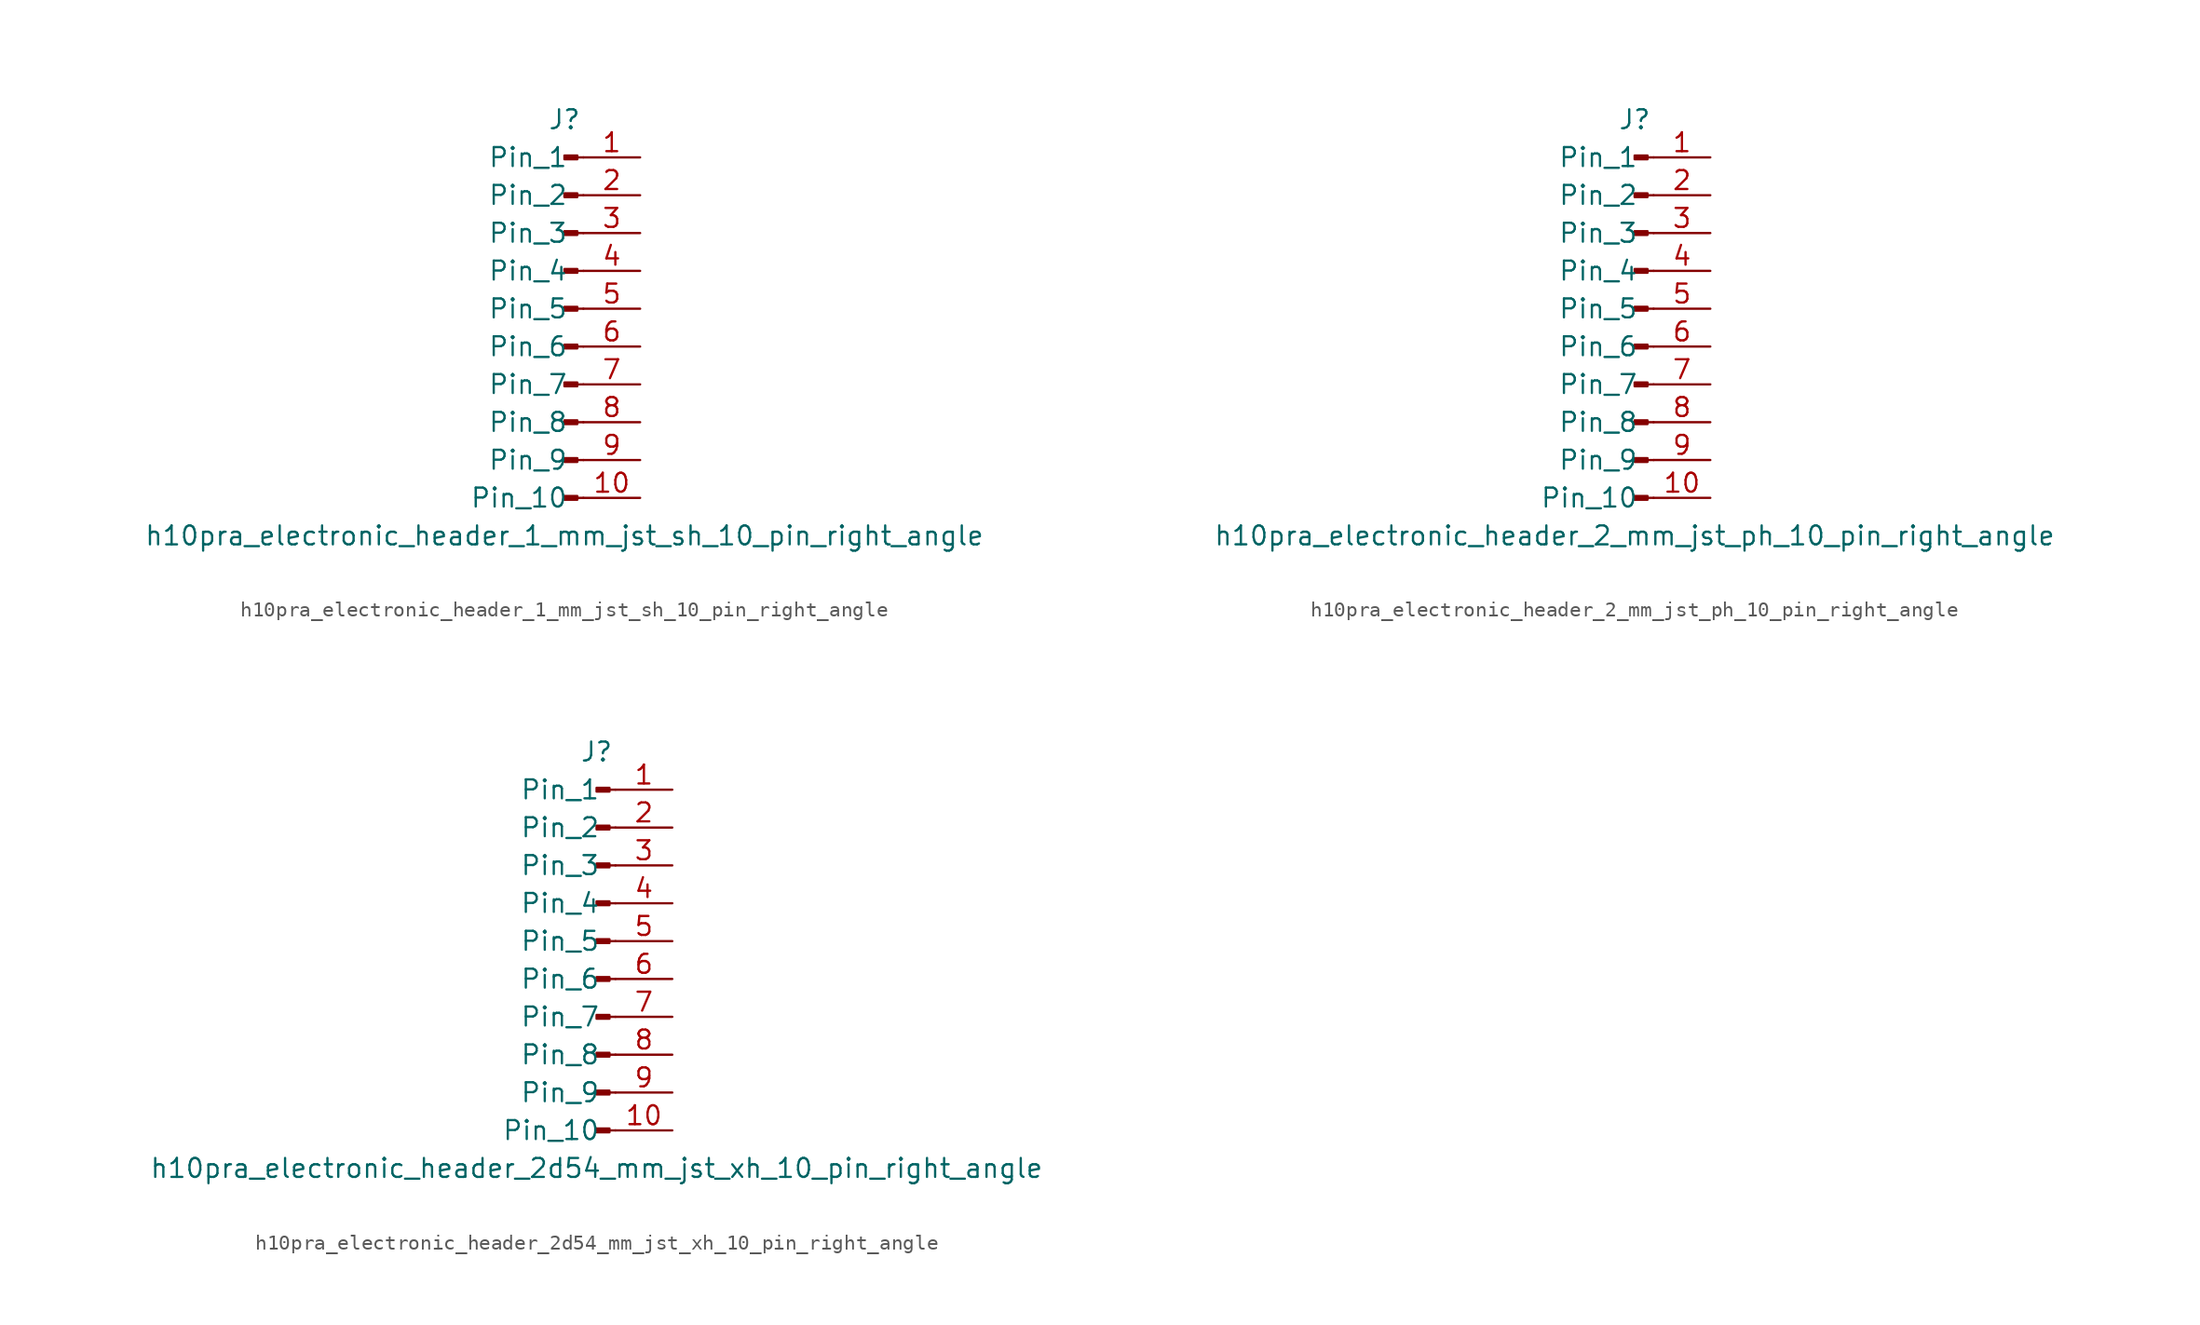
<source format=kicad_sym>
(kicad_symbol_lib
  (version 20220914)
  (generator kicad_symbol_editor)
  (symbol "h10pra_electronic_header_1_mm_jst_sh_10_pin_right_angle"
    (pin_names
      (offset 1.016))
    (property "Reference" "J"
      (at 0 12.7 0)
      (effects (font (size 1.27 1.27))))
    (property "Value" "h10pra_electronic_header_1_mm_jst_sh_10_pin_right_angle"
      (at 0 -15.24 0)
      (effects (font (size 1.27 1.27))))
    (property "ki_locked" ""
      (at 0 0 0)
      (effects (font (size 1.27 1.27))))
    (symbol "h10pra_electronic_header_1_mm_jst_sh_10_pin_right_angle_1_1"
      (polyline (pts (xy 1.27 -12.7) (xy 0.864 -12.7)) (stroke (width 0.152) (type default)) (fill (type none)))
      (polyline (pts (xy 1.27 -10.16) (xy 0.864 -10.16)) (stroke (width 0.152) (type default)) (fill (type none)))
      (polyline (pts (xy 1.27 -7.62) (xy 0.864 -7.62)) (stroke (width 0.152) (type default)) (fill (type none)))
      (polyline (pts (xy 1.27 -5.08) (xy 0.864 -5.08)) (stroke (width 0.152) (type default)) (fill (type none)))
      (polyline (pts (xy 1.27 -2.54) (xy 0.864 -2.54)) (stroke (width 0.152) (type default)) (fill (type none)))
      (polyline (pts (xy 1.27 0) (xy 0.864 0)) (stroke (width 0.152) (type default)) (fill (type none)))
      (polyline (pts (xy 1.27 2.54) (xy 0.864 2.54)) (stroke (width 0.152) (type default)) (fill (type none)))
      (polyline (pts (xy 1.27 5.08) (xy 0.864 5.08)) (stroke (width 0.152) (type default)) (fill (type none)))
      (polyline (pts (xy 1.27 7.62) (xy 0.864 7.62)) (stroke (width 0.152) (type default)) (fill (type none)))
      (polyline (pts (xy 1.27 10.16) (xy 0.864 10.16)) (stroke (width 0.152) (type default)) (fill (type none)))
      (rectangle (start 0.864 -12.573) (end 0 -12.827) (stroke (width 0.152) (type default)) (fill (type outline)))
      (rectangle (start 0.864 -10.033) (end 0 -10.287) (stroke (width 0.152) (type default)) (fill (type outline)))
      (rectangle (start 0.864 -7.493) (end 0 -7.747) (stroke (width 0.152) (type default)) (fill (type outline)))
      (rectangle (start 0.864 -4.953) (end 0 -5.207) (stroke (width 0.152) (type default)) (fill (type outline)))
      (rectangle (start 0.864 -2.413) (end 0 -2.667) (stroke (width 0.152) (type default)) (fill (type outline)))
      (rectangle (start 0.864 0.127) (end 0 -0.127) (stroke (width 0.152) (type default)) (fill (type outline)))
      (rectangle (start 0.864 2.667) (end 0 2.413) (stroke (width 0.152) (type default)) (fill (type outline)))
      (rectangle (start 0.864 5.207) (end 0 4.953) (stroke (width 0.152) (type default)) (fill (type outline)))
      (rectangle (start 0.864 7.747) (end 0 7.493) (stroke (width 0.152) (type default)) (fill (type outline)))
      (rectangle (start 0.864 10.287) (end 0 10.033) (stroke (width 0.152) (type default)) (fill (type outline)))
      (pin passive line (at 5.08 10.16 180) (length 3.81) (name "Pin_1" (effects (font (size 1.27 1.27)))) (number "1" (effects (font (size 1.27 1.27)))))
      (pin passive line (at 5.08 -12.7 180) (length 3.81) (name "Pin_10" (effects (font (size 1.27 1.27)))) (number "10" (effects (font (size 1.27 1.27)))))
      (pin passive line (at 5.08 7.62 180) (length 3.81) (name "Pin_2" (effects (font (size 1.27 1.27)))) (number "2" (effects (font (size 1.27 1.27)))))
      (pin passive line (at 5.08 5.08 180) (length 3.81) (name "Pin_3" (effects (font (size 1.27 1.27)))) (number "3" (effects (font (size 1.27 1.27)))))
      (pin passive line (at 5.08 2.54 180) (length 3.81) (name "Pin_4" (effects (font (size 1.27 1.27)))) (number "4" (effects (font (size 1.27 1.27)))))
      (pin passive line (at 5.08 0 180) (length 3.81) (name "Pin_5" (effects (font (size 1.27 1.27)))) (number "5" (effects (font (size 1.27 1.27)))))
      (pin passive line (at 5.08 -2.54 180) (length 3.81) (name "Pin_6" (effects (font (size 1.27 1.27)))) (number "6" (effects (font (size 1.27 1.27)))))
      (pin passive line (at 5.08 -5.08 180) (length 3.81) (name "Pin_7" (effects (font (size 1.27 1.27)))) (number "7" (effects (font (size 1.27 1.27)))))
      (pin passive line (at 5.08 -7.62 180) (length 3.81) (name "Pin_8" (effects (font (size 1.27 1.27)))) (number "8" (effects (font (size 1.27 1.27)))))
      (pin passive line (at 5.08 -10.16 180) (length 3.81) (name "Pin_9" (effects (font (size 1.27 1.27)))) (number "9" (effects (font (size 1.27 1.27)))))))
  (symbol "h10pra_electronic_header_2_mm_jst_ph_10_pin_right_angle"
    (pin_names
      (offset 1.016))
    (property "Reference" "J"
      (at 0 12.7 0)
      (effects (font (size 1.27 1.27))))
    (property "Value" "h10pra_electronic_header_2_mm_jst_ph_10_pin_right_angle"
      (at 0 -15.24 0)
      (effects (font (size 1.27 1.27))))
    (property "ki_locked" ""
      (at 0 0 0)
      (effects (font (size 1.27 1.27))))
    (symbol "h10pra_electronic_header_2_mm_jst_ph_10_pin_right_angle_1_1"
      (polyline (pts (xy 1.27 -12.7) (xy 0.864 -12.7)) (stroke (width 0.152) (type default)) (fill (type none)))
      (polyline (pts (xy 1.27 -10.16) (xy 0.864 -10.16)) (stroke (width 0.152) (type default)) (fill (type none)))
      (polyline (pts (xy 1.27 -7.62) (xy 0.864 -7.62)) (stroke (width 0.152) (type default)) (fill (type none)))
      (polyline (pts (xy 1.27 -5.08) (xy 0.864 -5.08)) (stroke (width 0.152) (type default)) (fill (type none)))
      (polyline (pts (xy 1.27 -2.54) (xy 0.864 -2.54)) (stroke (width 0.152) (type default)) (fill (type none)))
      (polyline (pts (xy 1.27 0) (xy 0.864 0)) (stroke (width 0.152) (type default)) (fill (type none)))
      (polyline (pts (xy 1.27 2.54) (xy 0.864 2.54)) (stroke (width 0.152) (type default)) (fill (type none)))
      (polyline (pts (xy 1.27 5.08) (xy 0.864 5.08)) (stroke (width 0.152) (type default)) (fill (type none)))
      (polyline (pts (xy 1.27 7.62) (xy 0.864 7.62)) (stroke (width 0.152) (type default)) (fill (type none)))
      (polyline (pts (xy 1.27 10.16) (xy 0.864 10.16)) (stroke (width 0.152) (type default)) (fill (type none)))
      (rectangle (start 0.864 -12.573) (end 0 -12.827) (stroke (width 0.152) (type default)) (fill (type outline)))
      (rectangle (start 0.864 -10.033) (end 0 -10.287) (stroke (width 0.152) (type default)) (fill (type outline)))
      (rectangle (start 0.864 -7.493) (end 0 -7.747) (stroke (width 0.152) (type default)) (fill (type outline)))
      (rectangle (start 0.864 -4.953) (end 0 -5.207) (stroke (width 0.152) (type default)) (fill (type outline)))
      (rectangle (start 0.864 -2.413) (end 0 -2.667) (stroke (width 0.152) (type default)) (fill (type outline)))
      (rectangle (start 0.864 0.127) (end 0 -0.127) (stroke (width 0.152) (type default)) (fill (type outline)))
      (rectangle (start 0.864 2.667) (end 0 2.413) (stroke (width 0.152) (type default)) (fill (type outline)))
      (rectangle (start 0.864 5.207) (end 0 4.953) (stroke (width 0.152) (type default)) (fill (type outline)))
      (rectangle (start 0.864 7.747) (end 0 7.493) (stroke (width 0.152) (type default)) (fill (type outline)))
      (rectangle (start 0.864 10.287) (end 0 10.033) (stroke (width 0.152) (type default)) (fill (type outline)))
      (pin passive line (at 5.08 10.16 180) (length 3.81) (name "Pin_1" (effects (font (size 1.27 1.27)))) (number "1" (effects (font (size 1.27 1.27)))))
      (pin passive line (at 5.08 -12.7 180) (length 3.81) (name "Pin_10" (effects (font (size 1.27 1.27)))) (number "10" (effects (font (size 1.27 1.27)))))
      (pin passive line (at 5.08 7.62 180) (length 3.81) (name "Pin_2" (effects (font (size 1.27 1.27)))) (number "2" (effects (font (size 1.27 1.27)))))
      (pin passive line (at 5.08 5.08 180) (length 3.81) (name "Pin_3" (effects (font (size 1.27 1.27)))) (number "3" (effects (font (size 1.27 1.27)))))
      (pin passive line (at 5.08 2.54 180) (length 3.81) (name "Pin_4" (effects (font (size 1.27 1.27)))) (number "4" (effects (font (size 1.27 1.27)))))
      (pin passive line (at 5.08 0 180) (length 3.81) (name "Pin_5" (effects (font (size 1.27 1.27)))) (number "5" (effects (font (size 1.27 1.27)))))
      (pin passive line (at 5.08 -2.54 180) (length 3.81) (name "Pin_6" (effects (font (size 1.27 1.27)))) (number "6" (effects (font (size 1.27 1.27)))))
      (pin passive line (at 5.08 -5.08 180) (length 3.81) (name "Pin_7" (effects (font (size 1.27 1.27)))) (number "7" (effects (font (size 1.27 1.27)))))
      (pin passive line (at 5.08 -7.62 180) (length 3.81) (name "Pin_8" (effects (font (size 1.27 1.27)))) (number "8" (effects (font (size 1.27 1.27)))))
      (pin passive line (at 5.08 -10.16 180) (length 3.81) (name "Pin_9" (effects (font (size 1.27 1.27)))) (number "9" (effects (font (size 1.27 1.27)))))))
  (symbol "h10pra_electronic_header_2d54_mm_jst_xh_10_pin_right_angle"
    (pin_names
      (offset 1.016))
    (property "Reference" "J"
      (at 0 12.7 0)
      (effects (font (size 1.27 1.27))))
    (property "Value" "h10pra_electronic_header_2d54_mm_jst_xh_10_pin_right_angle"
      (at 0 -15.24 0)
      (effects (font (size 1.27 1.27))))
    (property "ki_locked" ""
      (at 0 0 0)
      (effects (font (size 1.27 1.27))))
    (symbol "h10pra_electronic_header_2d54_mm_jst_xh_10_pin_right_angle_1_1"
      (polyline (pts (xy 1.27 -12.7) (xy 0.864 -12.7)) (stroke (width 0.152) (type default)) (fill (type none)))
      (polyline (pts (xy 1.27 -10.16) (xy 0.864 -10.16)) (stroke (width 0.152) (type default)) (fill (type none)))
      (polyline (pts (xy 1.27 -7.62) (xy 0.864 -7.62)) (stroke (width 0.152) (type default)) (fill (type none)))
      (polyline (pts (xy 1.27 -5.08) (xy 0.864 -5.08)) (stroke (width 0.152) (type default)) (fill (type none)))
      (polyline (pts (xy 1.27 -2.54) (xy 0.864 -2.54)) (stroke (width 0.152) (type default)) (fill (type none)))
      (polyline (pts (xy 1.27 0) (xy 0.864 0)) (stroke (width 0.152) (type default)) (fill (type none)))
      (polyline (pts (xy 1.27 2.54) (xy 0.864 2.54)) (stroke (width 0.152) (type default)) (fill (type none)))
      (polyline (pts (xy 1.27 5.08) (xy 0.864 5.08)) (stroke (width 0.152) (type default)) (fill (type none)))
      (polyline (pts (xy 1.27 7.62) (xy 0.864 7.62)) (stroke (width 0.152) (type default)) (fill (type none)))
      (polyline (pts (xy 1.27 10.16) (xy 0.864 10.16)) (stroke (width 0.152) (type default)) (fill (type none)))
      (rectangle (start 0.864 -12.573) (end 0 -12.827) (stroke (width 0.152) (type default)) (fill (type outline)))
      (rectangle (start 0.864 -10.033) (end 0 -10.287) (stroke (width 0.152) (type default)) (fill (type outline)))
      (rectangle (start 0.864 -7.493) (end 0 -7.747) (stroke (width 0.152) (type default)) (fill (type outline)))
      (rectangle (start 0.864 -4.953) (end 0 -5.207) (stroke (width 0.152) (type default)) (fill (type outline)))
      (rectangle (start 0.864 -2.413) (end 0 -2.667) (stroke (width 0.152) (type default)) (fill (type outline)))
      (rectangle (start 0.864 0.127) (end 0 -0.127) (stroke (width 0.152) (type default)) (fill (type outline)))
      (rectangle (start 0.864 2.667) (end 0 2.413) (stroke (width 0.152) (type default)) (fill (type outline)))
      (rectangle (start 0.864 5.207) (end 0 4.953) (stroke (width 0.152) (type default)) (fill (type outline)))
      (rectangle (start 0.864 7.747) (end 0 7.493) (stroke (width 0.152) (type default)) (fill (type outline)))
      (rectangle (start 0.864 10.287) (end 0 10.033) (stroke (width 0.152) (type default)) (fill (type outline)))
      (pin passive line (at 5.08 10.16 180) (length 3.81) (name "Pin_1" (effects (font (size 1.27 1.27)))) (number "1" (effects (font (size 1.27 1.27)))))
      (pin passive line (at 5.08 -12.7 180) (length 3.81) (name "Pin_10" (effects (font (size 1.27 1.27)))) (number "10" (effects (font (size 1.27 1.27)))))
      (pin passive line (at 5.08 7.62 180) (length 3.81) (name "Pin_2" (effects (font (size 1.27 1.27)))) (number "2" (effects (font (size 1.27 1.27)))))
      (pin passive line (at 5.08 5.08 180) (length 3.81) (name "Pin_3" (effects (font (size 1.27 1.27)))) (number "3" (effects (font (size 1.27 1.27)))))
      (pin passive line (at 5.08 2.54 180) (length 3.81) (name "Pin_4" (effects (font (size 1.27 1.27)))) (number "4" (effects (font (size 1.27 1.27)))))
      (pin passive line (at 5.08 0 180) (length 3.81) (name "Pin_5" (effects (font (size 1.27 1.27)))) (number "5" (effects (font (size 1.27 1.27)))))
      (pin passive line (at 5.08 -2.54 180) (length 3.81) (name "Pin_6" (effects (font (size 1.27 1.27)))) (number "6" (effects (font (size 1.27 1.27)))))
      (pin passive line (at 5.08 -5.08 180) (length 3.81) (name "Pin_7" (effects (font (size 1.27 1.27)))) (number "7" (effects (font (size 1.27 1.27)))))
      (pin passive line (at 5.08 -7.62 180) (length 3.81) (name "Pin_8" (effects (font (size 1.27 1.27)))) (number "8" (effects (font (size 1.27 1.27)))))
      (pin passive line (at 5.08 -10.16 180) (length 3.81) (name "Pin_9" (effects (font (size 1.27 1.27)))) (number "9" (effects (font (size 1.27 1.27))))))))
</source>
